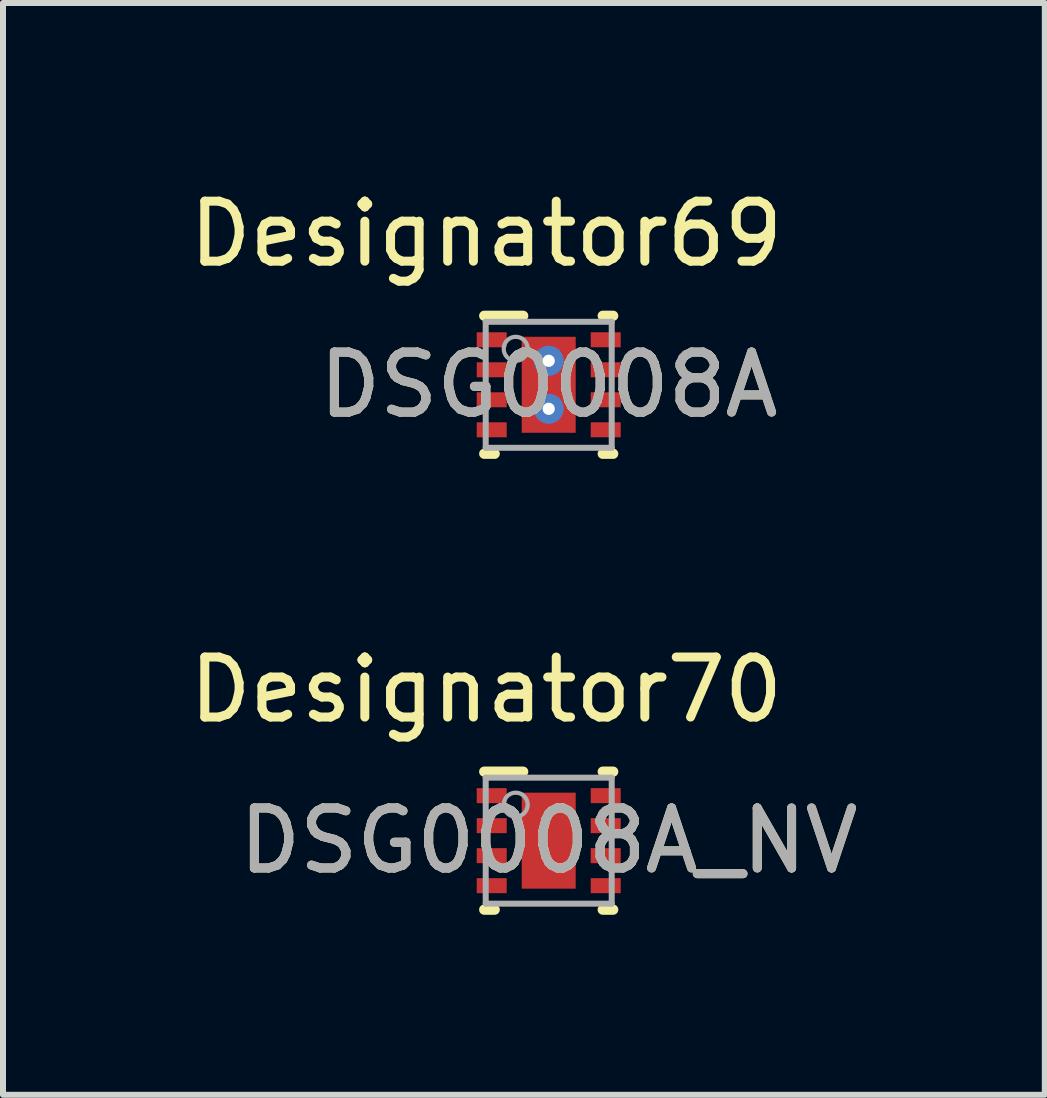
<source format=kicad_pcb>
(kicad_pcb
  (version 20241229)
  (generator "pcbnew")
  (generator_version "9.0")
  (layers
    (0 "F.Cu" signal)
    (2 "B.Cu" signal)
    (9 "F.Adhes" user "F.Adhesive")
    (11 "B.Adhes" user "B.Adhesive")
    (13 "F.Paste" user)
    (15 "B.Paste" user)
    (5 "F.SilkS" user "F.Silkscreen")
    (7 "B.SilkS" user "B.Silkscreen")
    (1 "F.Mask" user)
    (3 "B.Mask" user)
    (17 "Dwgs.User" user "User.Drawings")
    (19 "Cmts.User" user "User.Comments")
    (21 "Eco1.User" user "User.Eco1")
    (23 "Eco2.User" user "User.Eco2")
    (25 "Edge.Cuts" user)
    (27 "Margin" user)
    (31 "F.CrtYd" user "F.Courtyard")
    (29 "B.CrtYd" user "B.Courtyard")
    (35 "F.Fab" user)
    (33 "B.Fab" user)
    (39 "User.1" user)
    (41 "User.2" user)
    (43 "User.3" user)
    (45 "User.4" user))
  (footprint "DSG0008A"
    (layer "F.Cu")
    (at 6.095 3.363)
    (property "Reference" "DSG0008A" (at 0 0 0) (unlocked yes) (layer "F.SilkS") (effects (font (size 1 1) (thickness 0.15))))
    (attr smd)
    (fp_line (start -1.075 -1.15) (end -0.425 -1.15) (stroke (width 0.17) (type solid)) (layer "F.SilkS"))
    (fp_line (start -1.075 1.15) (end -0.9 1.15) (stroke (width 0.17) (type solid)) (layer "F.SilkS"))
    (fp_line (start 0.9 -1.15) (end 1.075 -1.15) (stroke (width 0.17) (type solid)) (layer "F.SilkS"))
    (fp_line (start 0.9 1.15) (end 1.075 1.15) (stroke (width 0.17) (type solid)) (layer "F.SilkS"))
    (fp_poly (pts (xy -0.427 0.733) (xy 0.427 0.733) (xy 0.427 -0.733) (xy -0.427 -0.733)) (stroke (width 0) (type solid)) (fill yes) (layer "F.Paste"))
    (fp_line (start -1.05 -1.05) (end 1.05 -1.05) (stroke (width 0.1) (type solid)) (layer "F.Fab"))
    (fp_line (start -1.05 1.05) (end -1.05 -1.05) (stroke (width 0.1) (type solid)) (layer "F.Fab"))
    (fp_line (start -1.05 1.05) (end 1.05 1.05) (stroke (width 0.1) (type solid)) (layer "F.Fab"))
    (fp_line (start 1.05 1.05) (end 1.05 -1.05) (stroke (width 0.1) (type solid)) (layer "F.Fab"))
    (fp_circle (center -0.55 -0.6) (end -0.35 -0.6) (stroke (width 0.07) (type solid)) (fill no) (layer "F.Fab"))
    (fp_text user "Designator69" (at -1.041 -2.515 0) (unlocked yes) (layer "F.SilkS") (effects (font (size 1 1) (thickness 0.15))))
    (fp_text user "${REFERENCE}" (at 0 0 0) (unlocked yes) (layer "F.Fab") (effects (font (size 1 1) (thickness 0.15))))
    (pad "1" smd rect (at -0.95 -0.75 90) (size 0.25 0.5) (layers "F.Cu" "F.Mask" "F.Paste"))
    (pad "2" smd rect (at -0.95 -0.25 90) (size 0.25 0.5) (layers "F.Cu" "F.Mask" "F.Paste"))
    (pad "3" smd rect (at -0.95 0.25 90) (size 0.25 0.5) (layers "F.Cu" "F.Mask" "F.Paste"))
    (pad "4" smd rect (at -0.95 0.75 90) (size 0.25 0.5) (layers "F.Cu" "F.Mask" "F.Paste"))
    (pad "5" smd rect (at 0.95 0.75 90) (size 0.25 0.5) (layers "F.Cu" "F.Mask" "F.Paste"))
    (pad "6" smd rect (at 0.95 0.25 90) (size 0.25 0.5) (layers "F.Cu" "F.Mask" "F.Paste"))
    (pad "7" smd rect (at 0.95 -0.25 90) (size 0.25 0.5) (layers "F.Cu" "F.Mask" "F.Paste"))
    (pad "8" smd rect (at 0.95 -0.75 90) (size 0.25 0.5) (layers "F.Cu" "F.Mask" "F.Paste"))
    (pad "9" smd rect (at 0 -0.000003) (size 0.9 1.6) (layers "F.Cu" "F.Mask" "F.Paste"))
    (pad "V" thru_hole circle (at 0 -0.4) (size 0.5 0.5) (drill 0.203) (layers "*.Cu" "*.Mask"))
    (pad "V" thru_hole circle (at 0 0.4) (size 0.5 0.5) (drill 0.203) (layers "*.Cu" "*.Mask")))
  (footprint "DSG0008A_NV"
    (layer "F.Cu")
    (at 6.095 10.961)
    (property "Reference" "DSG0008A_NV" (at 0 0 0) (unlocked yes) (layer "F.SilkS") (effects (font (size 1 1) (thickness 0.15))))
    (attr smd)
    (fp_line (start -1.075 -1.15) (end -0.425 -1.15) (stroke (width 0.17) (type solid)) (layer "F.SilkS"))
    (fp_line (start -1.075 1.15) (end -0.9 1.15) (stroke (width 0.17) (type solid)) (layer "F.SilkS"))
    (fp_line (start 0.9 -1.15) (end 1.075 -1.15) (stroke (width 0.17) (type solid)) (layer "F.SilkS"))
    (fp_line (start 0.9 1.15) (end 1.075 1.15) (stroke (width 0.17) (type solid)) (layer "F.SilkS"))
    (fp_poly (pts (xy -0.45 -0.149) (xy -0.45 -0.751) (xy -0.449 -0.761) (xy -0.446 -0.77) (xy -0.442 -0.778) (xy -0.436 -0.786) (xy -0.428 -0.792) (xy -0.42 -0.796) (xy -0.411 -0.799) (xy -0.401 -0.8) (xy 0.401 -0.8) (xy 0.411 -0.799) (xy 0.42 -0.796) (xy 0.428 -0.792) (xy 0.436 -0.786) (xy 0.442 -0.778) (xy 0.446 -0.77) (xy 0.449 -0.761) (xy 0.45 -0.751) (xy 0.45 -0.149) (xy 0.449 -0.139) (xy 0.446 -0.13) (xy 0.442 -0.122) (xy 0.436 -0.114) (xy 0.428 -0.108) (xy 0.42 -0.104) (xy 0.411 -0.101) (xy 0.401 -0.1) (xy -0.401 -0.1) (xy -0.411 -0.101) (xy -0.42 -0.104) (xy -0.428 -0.108) (xy -0.436 -0.114) (xy -0.442 -0.122) (xy -0.446 -0.13) (xy -0.449 -0.139)) (stroke (width 0) (type solid)) (fill yes) (layer "F.Paste"))
    (fp_poly (pts (xy -0.45 0.751) (xy -0.45 0.149) (xy -0.449 0.139) (xy -0.446 0.13) (xy -0.442 0.122) (xy -0.436 0.114) (xy -0.428 0.108) (xy -0.42 0.104) (xy -0.411 0.101) (xy -0.401 0.1) (xy 0.401 0.1) (xy 0.411 0.101) (xy 0.42 0.104) (xy 0.428 0.108) (xy 0.436 0.114) (xy 0.442 0.122) (xy 0.446 0.13) (xy 0.449 0.139) (xy 0.45 0.149) (xy 0.45 0.751) (xy 0.449 0.761) (xy 0.446 0.77) (xy 0.442 0.778) (xy 0.436 0.786) (xy 0.428 0.792) (xy 0.42 0.796) (xy 0.411 0.799) (xy 0.401 0.8) (xy -0.401 0.8) (xy -0.411 0.799) (xy -0.42 0.796) (xy -0.428 0.792) (xy -0.436 0.786) (xy -0.442 0.778) (xy -0.446 0.77) (xy -0.449 0.761)) (stroke (width 0) (type solid)) (fill yes) (layer "F.Paste"))
    (fp_line (start -1.05 -1.05) (end 1.05 -1.05) (stroke (width 0.1) (type solid)) (layer "F.Fab"))
    (fp_line (start -1.05 1.05) (end -1.05 -1.05) (stroke (width 0.1) (type solid)) (layer "F.Fab"))
    (fp_line (start -1.05 1.05) (end 1.05 1.05) (stroke (width 0.1) (type solid)) (layer "F.Fab"))
    (fp_line (start 1.05 1.05) (end 1.05 -1.05) (stroke (width 0.1) (type solid)) (layer "F.Fab"))
    (fp_circle (center -0.55 -0.6) (end -0.35 -0.6) (stroke (width 0.07) (type solid)) (fill no) (layer "F.Fab"))
    (fp_text user "Designator70" (at -1.041 -2.515 0) (unlocked yes) (layer "F.SilkS") (effects (font (size 1 1) (thickness 0.15))))
    (fp_text user "${REFERENCE}" (at 0 0 0) (unlocked yes) (layer "F.Fab") (effects (font (size 1 1) (thickness 0.15))))
    (pad "1" smd rect (at -0.95 -0.75 90) (size 0.25 0.5) (layers "F.Cu" "F.Mask" "F.Paste"))
    (pad "2" smd rect (at -0.95 -0.25 90) (size 0.25 0.5) (layers "F.Cu" "F.Mask" "F.Paste"))
    (pad "3" smd rect (at -0.95 0.25 90) (size 0.25 0.5) (layers "F.Cu" "F.Mask" "F.Paste"))
    (pad "4" smd rect (at -0.95 0.75 90) (size 0.25 0.5) (layers "F.Cu" "F.Mask" "F.Paste"))
    (pad "5" smd rect (at 0.95 0.75 90) (size 0.25 0.5) (layers "F.Cu" "F.Mask" "F.Paste"))
    (pad "6" smd rect (at 0.95 0.25 90) (size 0.25 0.5) (layers "F.Cu" "F.Mask" "F.Paste"))
    (pad "7" smd rect (at 0.95 -0.25 90) (size 0.25 0.5) (layers "F.Cu" "F.Mask" "F.Paste"))
    (pad "8" smd rect (at 0.95 -0.75 90) (size 0.25 0.5) (layers "F.Cu" "F.Mask" "F.Paste"))
    (pad "9" smd rect (at 0 -0.000003) (size 0.9 1.6) (layers "F.Cu" "F.Mask" "F.Paste")))
  (gr_rect
    (start -3 -3)
    (end 14.363 15.196)
    (stroke (width 0.1) (type default))
    (fill no)
    (layer "Edge.Cuts")))
</source>
